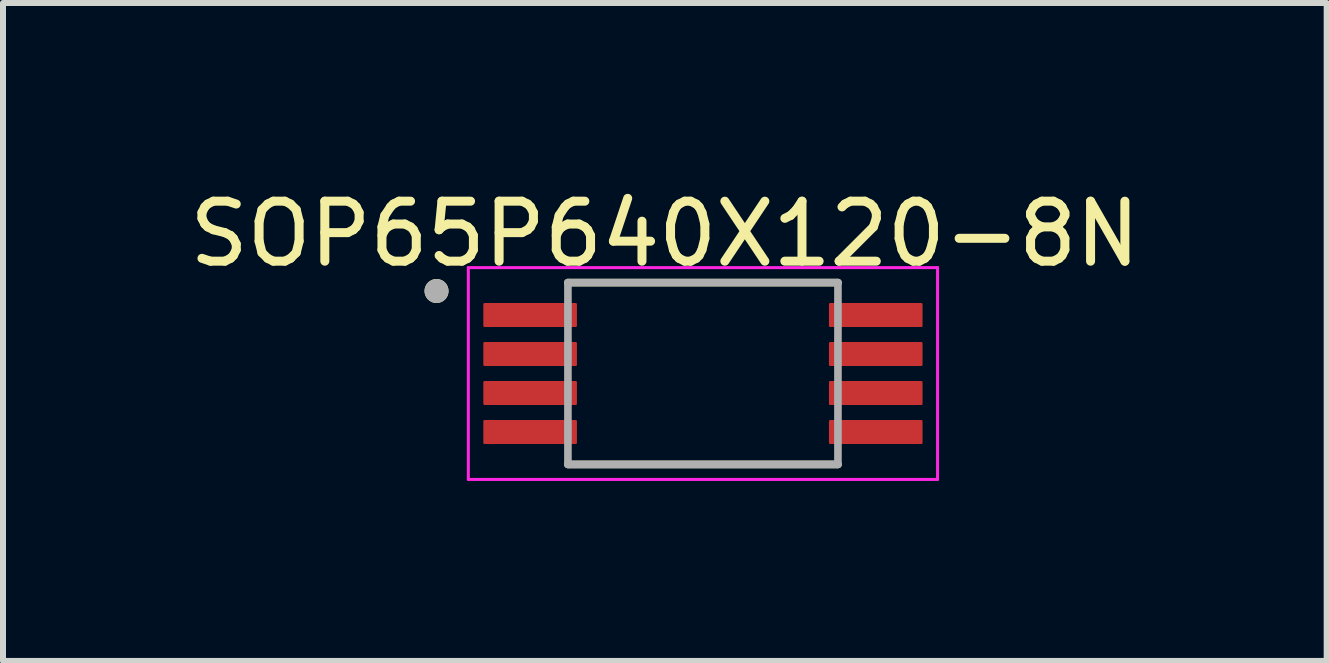
<source format=kicad_pcb>
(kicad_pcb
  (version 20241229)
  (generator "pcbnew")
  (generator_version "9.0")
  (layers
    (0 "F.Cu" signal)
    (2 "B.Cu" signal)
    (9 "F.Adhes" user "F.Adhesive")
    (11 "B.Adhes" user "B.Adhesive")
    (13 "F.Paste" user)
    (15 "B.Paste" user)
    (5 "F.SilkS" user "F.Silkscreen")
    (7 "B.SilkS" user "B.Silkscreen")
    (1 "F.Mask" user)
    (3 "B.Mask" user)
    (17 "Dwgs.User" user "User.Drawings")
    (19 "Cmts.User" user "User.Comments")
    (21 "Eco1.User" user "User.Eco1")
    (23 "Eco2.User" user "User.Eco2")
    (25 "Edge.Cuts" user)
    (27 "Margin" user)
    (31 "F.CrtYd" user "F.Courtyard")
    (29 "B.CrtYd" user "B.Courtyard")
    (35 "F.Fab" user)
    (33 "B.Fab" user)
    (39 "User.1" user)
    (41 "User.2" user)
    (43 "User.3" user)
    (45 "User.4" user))
  (footprint "SOP65P640X120-8N"
    (layer "F.Cu")
    (at 8.665 3.175)
    (property "Reference" "SOP65P640X120-8N" (at -0.635 -2.327 0) (layer "F.SilkS") (effects (font (size 1 1) (thickness 0.15))))
    (attr through_hole)
    (fp_line (start -2.25 -1.515) (end 2.25 -1.515) (stroke (width 0.127) (type solid)) (layer "F.SilkS"))
    (fp_line (start -2.25 1.515) (end 2.25 1.515) (stroke (width 0.127) (type solid)) (layer "F.SilkS"))
    (fp_circle (center -4.44 -1.375) (end -4.34 -1.375) (stroke (width 0.2) (type solid)) (fill no) (layer "F.SilkS"))
    (fp_line (start -3.91 -1.765) (end -3.91 1.765) (stroke (width 0.05) (type solid)) (layer "F.CrtYd"))
    (fp_line (start -3.91 -1.765) (end 3.91 -1.765) (stroke (width 0.05) (type solid)) (layer "F.CrtYd"))
    (fp_line (start -3.91 1.765) (end 3.91 1.765) (stroke (width 0.05) (type solid)) (layer "F.CrtYd"))
    (fp_line (start 3.91 -1.765) (end 3.91 1.765) (stroke (width 0.05) (type solid)) (layer "F.CrtYd"))
    (fp_line (start -2.25 -1.515) (end -2.25 1.515) (stroke (width 0.127) (type solid)) (layer "F.Fab"))
    (fp_line (start -2.25 -1.515) (end 2.25 -1.515) (stroke (width 0.127) (type solid)) (layer "F.Fab"))
    (fp_line (start -2.25 1.515) (end 2.25 1.515) (stroke (width 0.127) (type solid)) (layer "F.Fab"))
    (fp_line (start 2.25 -1.515) (end 2.25 1.515) (stroke (width 0.127) (type solid)) (layer "F.Fab"))
    (fp_circle (center -4.44 -1.375) (end -4.34 -1.375) (stroke (width 0.2) (type solid)) (fill no) (layer "F.Fab"))
    (pad "1" smd roundrect (at -2.88 -0.975) (size 1.56 0.4) (layers "F.Cu" "F.Mask" "F.Paste") (roundrect_rratio 0.05))
    (pad "2" smd roundrect (at -2.88 -0.325) (size 1.56 0.4) (layers "F.Cu" "F.Mask" "F.Paste") (roundrect_rratio 0.05))
    (pad "3" smd roundrect (at -2.88 0.325) (size 1.56 0.4) (layers "F.Cu" "F.Mask" "F.Paste") (roundrect_rratio 0.05))
    (pad "4" smd roundrect (at -2.88 0.975) (size 1.56 0.4) (layers "F.Cu" "F.Mask" "F.Paste") (roundrect_rratio 0.05))
    (pad "5" smd roundrect (at 2.88 0.975) (size 1.56 0.4) (layers "F.Cu" "F.Mask" "F.Paste") (roundrect_rratio 0.05))
    (pad "6" smd roundrect (at 2.88 0.325) (size 1.56 0.4) (layers "F.Cu" "F.Mask" "F.Paste") (roundrect_rratio 0.05))
    (pad "7" smd roundrect (at 2.88 -0.325) (size 1.56 0.4) (layers "F.Cu" "F.Mask" "F.Paste") (roundrect_rratio 0.05))
    (pad "8" smd roundrect (at 2.88 -0.975) (size 1.56 0.4) (layers "F.Cu" "F.Mask" "F.Paste") (roundrect_rratio 0.05)))
  (gr_rect
    (start -3 -3)
    (end 19.06 7.965)
    (stroke (width 0.1) (type default))
    (fill no)
    (layer "Edge.Cuts")))
</source>
